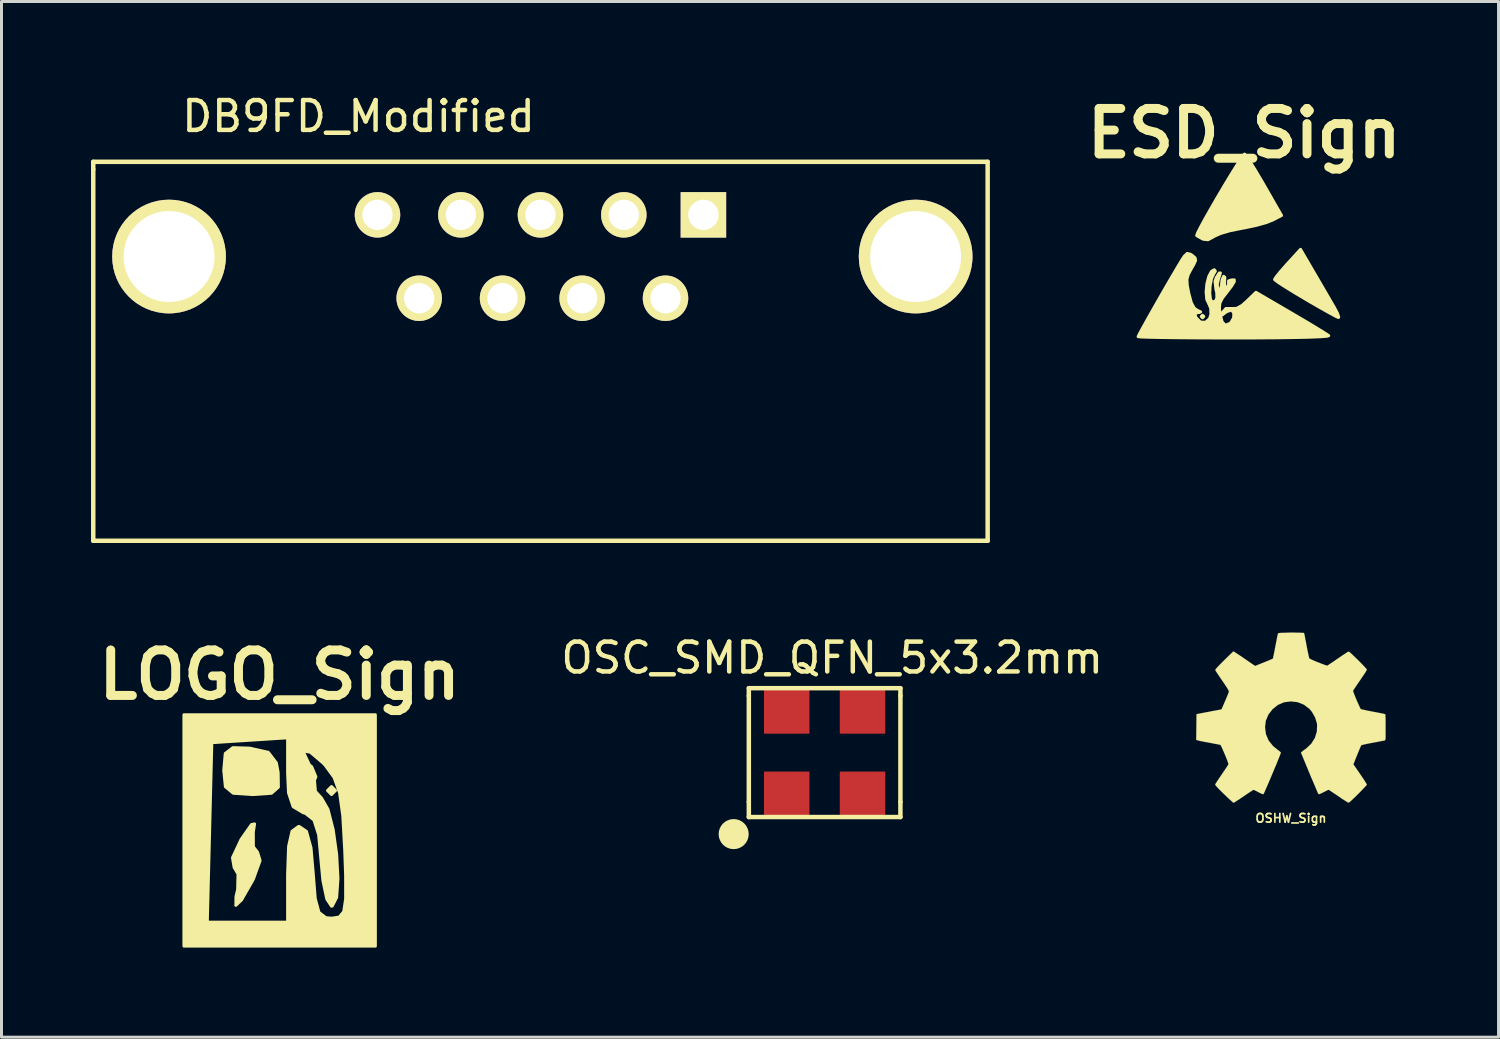
<source format=kicad_pcb>
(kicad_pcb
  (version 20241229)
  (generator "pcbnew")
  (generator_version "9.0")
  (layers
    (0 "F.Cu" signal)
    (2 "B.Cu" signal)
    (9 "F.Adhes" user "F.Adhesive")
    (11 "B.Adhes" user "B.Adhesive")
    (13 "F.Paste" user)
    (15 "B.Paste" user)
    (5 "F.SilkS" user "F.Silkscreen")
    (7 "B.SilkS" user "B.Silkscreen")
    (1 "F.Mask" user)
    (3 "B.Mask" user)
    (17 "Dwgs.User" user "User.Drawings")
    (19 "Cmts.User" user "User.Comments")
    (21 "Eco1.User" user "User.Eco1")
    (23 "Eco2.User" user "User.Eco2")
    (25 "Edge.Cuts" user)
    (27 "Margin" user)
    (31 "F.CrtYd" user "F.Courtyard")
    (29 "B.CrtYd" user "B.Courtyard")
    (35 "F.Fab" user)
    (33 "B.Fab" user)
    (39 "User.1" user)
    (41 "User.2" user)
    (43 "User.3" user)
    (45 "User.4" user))
  (footprint "LOGO_Sign"
    (layer "F.Cu")
    (at 6.321 24.645)
    (property "Reference" "LOGO_Sign" (at 0 -5.08 0) (layer "F.SilkS") (effects (font (size 1.524 1.524) (thickness 0.3))))
    (attr through_hole)
    (fp_poly (pts (xy 1.872 -1.203) (xy 1.738 -1.069) (xy 1.604 -1.203) (xy 1.738 -1.337) (xy 1.872 -1.203)) (stroke (width 0.1) (type solid)) (fill yes) (layer "F.SilkS"))
    (fp_poly (pts (xy -0.042 -1.315) (xy -0.274 -1.111) (xy -0.89 -1.069) (xy -0.918 -1.069) (xy -1.554 -1.112) (xy -1.818 -1.33) (xy -1.872 -1.864) (xy -1.872 -1.889) (xy -1.823 -2.445) (xy -1.567 -2.641) (xy -1.003 -2.624) (xy -0.379 -2.484) (xy -0.109 -2.13) (xy -0.049 -1.805) (xy -0.042 -1.315)) (stroke (width 0.1) (type solid)) (fill yes) (layer "F.SilkS"))
    (fp_poly (pts (xy -0.655 1.145) (xy -0.872 1.747) (xy -0.907 1.817) (xy -1.277 2.463) (xy -1.467 2.644) (xy -1.463 2.349) (xy -1.407 2.112) (xy -1.396 1.592) (xy -1.525 1.376) (xy -1.581 1.048) (xy -1.299 0.447) (xy -1.27 0.401) (xy -0.945 -0.063) (xy -0.84 -0.085) (xy -0.882 0.188) (xy -0.88 0.683) (xy -0.738 0.868) (xy -0.655 1.145)) (stroke (width 0.1) (type solid)) (fill yes) (layer "F.SilkS"))
    (fp_poly (pts (xy 3.208 4.011) (xy 2.212 4.011) (xy 2.212 2.424) (xy 2.211 1.638) (xy 2.181 0.802) (xy 2.116 -0.358) (xy 2.009 -1.125) (xy 1.824 -1.641) (xy 1.527 -2.048) (xy 1.446 -2.133) (xy 1.027 -2.488) (xy 0.81 -2.524) (xy 0.802 -2.483) (xy 1 -2.06) (xy 1.074 -2.003) (xy 1.214 -1.668) (xy 1.167 -1.545) (xy 1.2 -1.174) (xy 1.402 -0.953) (xy 1.62 -0.575) (xy 1.795 0.109) (xy 1.911 0.936) (xy 1.955 1.746) (xy 1.911 2.378) (xy 1.763 2.669) (xy 1.738 2.673) (xy 1.58 2.435) (xy 1.449 1.812) (xy 1.389 1.177) (xy 1.307 0.281) (xy 1.15 -0.213) (xy 0.87 -0.435) (xy 0.788 -0.461) (xy 0.451 -0.662) (xy 0.297 -1.127) (xy 0.267 -1.784) (xy 0.267 -2.97) (xy -1.003 -2.889) (xy -2.273 -2.807) (xy -2.348 0.201) (xy -2.424 3.208) (xy -1.078 3.208) (xy 0.267 3.208) (xy 0.267 1.604) (xy 0.3 0.664) (xy 0.414 0.161) (xy 0.632 0.001) (xy 0.655 0) (xy 0.9 0.165) (xy 1.051 0.714) (xy 1.123 1.537) (xy 1.193 2.414) (xy 1.318 2.88) (xy 1.547 3.056) (xy 1.738 3.075) (xy 1.996 3.037) (xy 2.147 2.855) (xy 2.212 2.424) (xy 2.212 4.011) (xy 0 4.011) (xy -3.208 4.011) (xy -3.208 0.134) (xy -3.208 -3.743) (xy 0 -3.743) (xy 3.208 -3.743) (xy 3.208 0.134) (xy 3.208 4.011)) (stroke (width 0.1) (type solid)) (fill yes) (layer "F.SilkS")))
  (footprint "DB9FD_Modified"
    (layer "F.Cu")
    (at 15.061 5.674)
    (property "Reference" "DB9FD_Modified" (at -6.096 -4.826 180) (layer "F.SilkS") (effects (font (size 1 1) (thickness 0.15))))
    (attr through_hole)
    (fp_line (start -14.986 -3.048) (end -14.986 -3.302) (stroke (width 0.15) (type solid)) (layer "F.SilkS"))
    (fp_line (start -14.986 9.398) (end -14.986 -3.048) (stroke (width 0.15) (type solid)) (layer "F.SilkS"))
    (fp_line (start -14.986 9.398) (end 14.986 9.398) (stroke (width 0.15) (type solid)) (layer "F.SilkS"))
    (fp_line (start 14.986 -3.302) (end -14.986 -3.302) (stroke (width 0.15) (type solid)) (layer "F.SilkS"))
    (fp_line (start 14.986 9.398) (end 14.986 -3.302) (stroke (width 0.15) (type solid)) (layer "F.SilkS"))
    (pad "0" thru_hole circle (at -12.446 -0.127) (size 3.81 3.81) (drill 3.048) (layers "*.Cu" "*.Mask" "F.SilkS"))
    (pad "0" thru_hole circle (at 12.573 -0.127) (size 3.81 3.81) (drill 3.048) (layers "*.Cu" "*.Mask" "F.SilkS"))
    (pad "1" thru_hole rect (at 5.461 -1.524) (size 1.524 1.524) (drill 1.016) (layers "*.Cu" "*.Mask" "F.SilkS"))
    (pad "2" thru_hole circle (at 2.794 -1.524) (size 1.524 1.524) (drill 1.016) (layers "*.Cu" "*.Mask" "F.SilkS"))
    (pad "3" thru_hole circle (at 0 -1.524) (size 1.524 1.524) (drill 1.016) (layers "*.Cu" "*.Mask" "F.SilkS"))
    (pad "4" thru_hole circle (at -2.667 -1.524) (size 1.524 1.524) (drill 1.016) (layers "*.Cu" "*.Mask" "F.SilkS"))
    (pad "5" thru_hole circle (at -5.461 -1.524) (size 1.524 1.524) (drill 1.016) (layers "*.Cu" "*.Mask" "F.SilkS"))
    (pad "6" thru_hole circle (at 4.191 1.27) (size 1.524 1.524) (drill 1.016) (layers "*.Cu" "*.Mask" "F.SilkS"))
    (pad "7" thru_hole circle (at 1.397 1.27) (size 1.524 1.524) (drill 1.016) (layers "*.Cu" "*.Mask" "F.SilkS"))
    (pad "8" thru_hole circle (at -1.27 1.27) (size 1.524 1.524) (drill 1.016) (layers "*.Cu" "*.Mask" "F.SilkS"))
    (pad "9" thru_hole circle (at -4.064 1.27) (size 1.524 1.524) (drill 1.016) (layers "*.Cu" "*.Mask" "F.SilkS")))
  (footprint "OSHW_Sign"
    (layer "F.Cu")
    (at 40.211 21.001)
    (property "Reference" "OSHW_Sign" (at 0 3.368 0) (layer "F.SilkS") (effects (font (size 0.29 0.29) (thickness 0.056))))
    (attr through_hole)
    (fp_poly (pts (xy -1.925 2.852) (xy -1.89 2.835) (xy -1.816 2.786) (xy -1.709 2.718) (xy -1.585 2.634) (xy -1.46 2.548) (xy -1.356 2.479) (xy -1.283 2.433) (xy -1.252 2.416) (xy -1.237 2.423) (xy -1.176 2.451) (xy -1.09 2.497) (xy -1.041 2.522) (xy -0.96 2.558) (xy -0.922 2.563) (xy -0.914 2.553) (xy -0.886 2.492) (xy -0.841 2.388) (xy -0.78 2.25) (xy -0.711 2.088) (xy -0.638 1.915) (xy -0.564 1.737) (xy -0.493 1.57) (xy -0.432 1.417) (xy -0.381 1.293) (xy -0.348 1.206) (xy -0.338 1.171) (xy -0.34 1.163) (xy -0.381 1.123) (xy -0.45 1.072) (xy -0.599 0.95) (xy -0.749 0.765) (xy -0.838 0.554) (xy -0.869 0.32) (xy -0.843 0.104) (xy -0.757 -0.104) (xy -0.612 -0.29) (xy -0.437 -0.429) (xy -0.231 -0.518) (xy 0 -0.546) (xy 0.221 -0.521) (xy 0.434 -0.437) (xy 0.62 -0.295) (xy 0.699 -0.203) (xy 0.808 -0.013) (xy 0.871 0.188) (xy 0.876 0.241) (xy 0.869 0.462) (xy 0.803 0.676) (xy 0.683 0.869) (xy 0.521 1.024) (xy 0.5 1.039) (xy 0.424 1.095) (xy 0.373 1.135) (xy 0.335 1.168) (xy 0.617 1.852) (xy 0.663 1.961) (xy 0.742 2.146) (xy 0.81 2.306) (xy 0.864 2.436) (xy 0.902 2.522) (xy 0.919 2.555) (xy 0.922 2.558) (xy 0.945 2.563) (xy 0.998 2.543) (xy 1.092 2.497) (xy 1.156 2.464) (xy 1.229 2.428) (xy 1.262 2.416) (xy 1.29 2.431) (xy 1.359 2.477) (xy 1.46 2.545) (xy 1.582 2.626) (xy 1.699 2.708) (xy 1.806 2.776) (xy 1.885 2.827) (xy 1.923 2.847) (xy 1.928 2.847) (xy 1.963 2.83) (xy 2.024 2.776) (xy 2.116 2.69) (xy 2.248 2.56) (xy 2.268 2.54) (xy 2.377 2.428) (xy 2.464 2.337) (xy 2.525 2.271) (xy 2.545 2.24) (xy 2.525 2.205) (xy 2.477 2.126) (xy 2.405 2.017) (xy 2.319 1.89) (xy 2.093 1.562) (xy 2.217 1.252) (xy 2.256 1.156) (xy 2.304 1.041) (xy 2.339 0.96) (xy 2.357 0.922) (xy 2.393 0.912) (xy 2.477 0.892) (xy 2.598 0.866) (xy 2.746 0.838) (xy 2.885 0.813) (xy 3.012 0.787) (xy 3.104 0.77) (xy 3.145 0.762) (xy 3.155 0.757) (xy 3.162 0.737) (xy 3.17 0.693) (xy 3.172 0.617) (xy 3.172 0.495) (xy 3.172 0.32) (xy 3.172 0.302) (xy 3.172 0.135) (xy 3.17 0.003) (xy 3.165 -0.084) (xy 3.16 -0.119) (xy 3.157 -0.119) (xy 3.119 -0.13) (xy 3.03 -0.147) (xy 2.903 -0.173) (xy 2.753 -0.201) (xy 2.743 -0.203) (xy 2.593 -0.231) (xy 2.466 -0.259) (xy 2.38 -0.279) (xy 2.342 -0.29) (xy 2.334 -0.3) (xy 2.304 -0.358) (xy 2.261 -0.452) (xy 2.21 -0.566) (xy 2.162 -0.683) (xy 2.118 -0.79) (xy 2.09 -0.869) (xy 2.083 -0.904) (xy 2.083 -0.907) (xy 2.106 -0.942) (xy 2.156 -1.019) (xy 2.23 -1.128) (xy 2.316 -1.255) (xy 2.324 -1.265) (xy 2.41 -1.392) (xy 2.482 -1.499) (xy 2.527 -1.575) (xy 2.545 -1.61) (xy 2.545 -1.613) (xy 2.517 -1.651) (xy 2.451 -1.722) (xy 2.36 -1.819) (xy 2.248 -1.93) (xy 2.212 -1.966) (xy 2.088 -2.085) (xy 2.004 -2.167) (xy 1.951 -2.207) (xy 1.925 -2.217) (xy 1.923 -2.215) (xy 1.885 -2.192) (xy 1.806 -2.141) (xy 1.697 -2.068) (xy 1.567 -1.979) (xy 1.557 -1.974) (xy 1.433 -1.887) (xy 1.326 -1.816) (xy 1.25 -1.765) (xy 1.217 -1.745) (xy 1.212 -1.745) (xy 1.161 -1.76) (xy 1.069 -1.793) (xy 0.96 -1.836) (xy 0.841 -1.882) (xy 0.734 -1.928) (xy 0.655 -1.966) (xy 0.617 -1.986) (xy 0.617 -1.989) (xy 0.602 -2.035) (xy 0.582 -2.129) (xy 0.554 -2.258) (xy 0.523 -2.416) (xy 0.521 -2.438) (xy 0.49 -2.591) (xy 0.467 -2.715) (xy 0.45 -2.802) (xy 0.439 -2.837) (xy 0.419 -2.842) (xy 0.345 -2.847) (xy 0.231 -2.85) (xy 0.097 -2.852) (xy -0.048 -2.852) (xy -0.188 -2.847) (xy -0.307 -2.845) (xy -0.394 -2.837) (xy -0.429 -2.832) (xy -0.429 -2.83) (xy -0.445 -2.781) (xy -0.465 -2.687) (xy -0.49 -2.555) (xy -0.521 -2.4) (xy -0.526 -2.372) (xy -0.554 -2.223) (xy -0.579 -2.098) (xy -0.599 -2.012) (xy -0.607 -1.979) (xy -0.622 -1.971) (xy -0.683 -1.946) (xy -0.785 -1.902) (xy -0.909 -1.852) (xy -1.201 -1.735) (xy -1.557 -1.979) (xy -1.59 -2.002) (xy -1.717 -2.088) (xy -1.824 -2.159) (xy -1.897 -2.205) (xy -1.928 -2.223) (xy -1.93 -2.223) (xy -1.966 -2.189) (xy -2.035 -2.123) (xy -2.131 -2.029) (xy -2.245 -1.918) (xy -2.327 -1.836) (xy -2.426 -1.735) (xy -2.487 -1.669) (xy -2.522 -1.626) (xy -2.535 -1.6) (xy -2.53 -1.582) (xy -2.507 -1.544) (xy -2.456 -1.468) (xy -2.383 -1.359) (xy -2.296 -1.232) (xy -2.225 -1.128) (xy -2.146 -1.008) (xy -2.095 -0.922) (xy -2.078 -0.881) (xy -2.083 -0.864) (xy -2.108 -0.792) (xy -2.151 -0.688) (xy -2.205 -0.561) (xy -2.327 -0.279) (xy -2.512 -0.244) (xy -2.624 -0.224) (xy -2.781 -0.193) (xy -2.931 -0.165) (xy -3.165 -0.119) (xy -3.175 0.742) (xy -3.137 0.757) (xy -3.104 0.765) (xy -3.018 0.785) (xy -2.893 0.81) (xy -2.746 0.836) (xy -2.621 0.861) (xy -2.497 0.884) (xy -2.405 0.902) (xy -2.367 0.909) (xy -2.357 0.922) (xy -2.324 0.983) (xy -2.281 1.079) (xy -2.23 1.196) (xy -2.179 1.318) (xy -2.136 1.427) (xy -2.106 1.514) (xy -2.093 1.557) (xy -2.111 1.59) (xy -2.159 1.664) (xy -2.228 1.768) (xy -2.314 1.892) (xy -2.398 2.017) (xy -2.469 2.123) (xy -2.52 2.202) (xy -2.54 2.235) (xy -2.53 2.261) (xy -2.482 2.319) (xy -2.388 2.418) (xy -2.248 2.555) (xy -2.225 2.578) (xy -2.113 2.685) (xy -2.019 2.771) (xy -1.953 2.83) (xy -1.925 2.852)) (stroke (width 0.003) (type solid)) (fill yes) (layer "F.SilkS")))
  (footprint "OSC_SMD_QFN_5x3.2mm"
    (layer "F.Cu")
    (at 24.584 22.171)
    (property "Reference" "OSC_SMD_QFN_5x3.2mm" (at 0.254 -3.175 0) (layer "F.SilkS") (effects (font (size 1 1) (thickness 0.15))))
    (attr through_hole)
    (fp_line (start -2.54 -1.905) (end -2.54 -2.159) (stroke (width 0.15) (type solid)) (layer "F.SilkS"))
    (fp_line (start -2.54 -1.905) (end -2.54 1.651) (stroke (width 0.15) (type solid)) (layer "F.SilkS"))
    (fp_line (start -2.54 2.159) (end -2.54 1.651) (stroke (width 0.15) (type solid)) (layer "F.SilkS"))
    (fp_line (start -2.54 2.159) (end 2.54 2.159) (stroke (width 0.15) (type solid)) (layer "F.SilkS"))
    (fp_line (start 2.54 -2.159) (end -2.54 -2.159) (stroke (width 0.15) (type solid)) (layer "F.SilkS"))
    (fp_line (start 2.54 -1.905) (end 2.54 -2.159) (stroke (width 0.15) (type solid)) (layer "F.SilkS"))
    (fp_line (start 2.54 1.651) (end 2.54 -1.905) (stroke (width 0.15) (type solid)) (layer "F.SilkS"))
    (fp_line (start 2.54 1.651) (end 2.54 2.159) (stroke (width 0.15) (type solid)) (layer "F.SilkS"))
    (fp_circle (center -3.048 2.731) (end -3.048 2.985) (stroke (width 0.5) (type solid)) (fill no) (layer "F.SilkS"))
    (pad "1" smd rect (at -1.27 1.397) (size 1.524 1.524) (layers "F.Cu" "F.Mask" "F.Paste"))
    (pad "2" smd rect (at 1.27 1.397) (size 1.524 1.524) (layers "F.Cu" "F.Mask" "F.Paste"))
    (pad "3" smd rect (at 1.27 -1.397) (size 1.524 1.524) (layers "F.Cu" "F.Mask" "F.Paste"))
    (pad "4" smd rect (at -1.27 -1.397) (size 1.524 1.524) (layers "F.Cu" "F.Mask" "F.Paste")))
  (footprint "ESD_Sign"
    (layer "F.Cu")
    (at 38.645 5.228)
    (property "Reference" "ESD_Sign" (at 0 -3.81 0) (layer "F.SilkS") (effects (font (size 1.524 1.524) (thickness 0.3))))
    (attr through_hole)
    (fp_poly (pts (xy -1.355 2.328) (xy -1.397 2.371) (xy -1.439 2.328) (xy -1.397 2.286) (xy -1.355 2.328)) (stroke (width 0.1) (type solid)) (fill yes) (layer "F.SilkS"))
    (fp_poly (pts (xy 3.167 2.341) (xy 3.157 2.363) (xy 3.064 2.32) (xy 2.853 2.206) (xy 2.552 2.037) (xy 2.19 1.829) (xy 2.055 1.749) (xy 1.684 1.528) (xy 1.371 1.335) (xy 1.144 1.187) (xy 1.027 1.099) (xy 1.017 1.086) (xy 1.07 1.001) (xy 1.21 0.827) (xy 1.41 0.599) (xy 1.452 0.553) (xy 1.887 0.077) (xy 2.346 0.864) (xy 2.562 1.234) (xy 2.77 1.591) (xy 2.941 1.885) (xy 3.015 2.011) (xy 3.122 2.214) (xy 3.167 2.341)) (stroke (width 0.1) (type solid)) (fill yes) (layer "F.SilkS"))
    (fp_poly (pts (xy 1.251 -1.058) (xy 0.952 -0.902) (xy 0.726 -0.815) (xy 0.396 -0.723) (xy 0.021 -0.644) (xy -0.075 -0.627) (xy -0.466 -0.549) (xy -0.792 -0.454) (xy -1.006 -0.359) (xy -1.021 -0.348) (xy -1.213 -0.243) (xy -1.372 -0.261) (xy -1.403 -0.276) (xy -1.544 -0.354) (xy -1.593 -0.385) (xy -1.567 -0.465) (xy -1.468 -0.661) (xy -1.313 -0.946) (xy -1.117 -1.292) (xy -0.898 -1.671) (xy -0.67 -2.056) (xy -0.451 -2.419) (xy -0.257 -2.731) (xy -0.104 -2.967) (xy -0.009 -3.097) (xy 0.013 -3.114) (xy 0.08 -3.035) (xy 0.212 -2.837) (xy 0.392 -2.545) (xy 0.603 -2.188) (xy 0.669 -2.074) (xy 1.251 -1.058)) (stroke (width 0.1) (type solid)) (fill yes) (layer "F.SilkS"))
    (fp_poly (pts (xy 2.832 2.971) (xy 2.771 2.99) (xy 2.552 3.007) (xy 2.187 3.022) (xy 1.689 3.033) (xy 1.069 3.042) (xy 0.339 3.047) (xy -0.322 3.048) (xy -1.043 3.047) (xy -1.708 3.044) (xy -2.299 3.039) (xy -2.798 3.032) (xy -3.185 3.024) (xy -3.443 3.015) (xy -3.553 3.005) (xy -3.556 3.003) (xy -3.516 2.918) (xy -3.406 2.715) (xy -3.244 2.423) (xy -3.045 2.072) (xy -2.827 1.689) (xy -2.605 1.303) (xy -2.395 0.944) (xy -2.215 0.639) (xy -2.081 0.417) (xy -2.014 0.315) (xy -1.91 0.213) (xy -1.794 0.245) (xy -1.741 0.282) (xy -1.646 0.363) (xy -1.629 0.449) (xy -1.694 0.594) (xy -1.771 0.726) (xy -1.876 0.922) (xy -1.92 1.086) (xy -1.908 1.285) (xy -1.857 1.55) (xy -1.772 1.867) (xy -1.672 2.05) (xy -1.574 2.119) (xy -1.461 2.173) (xy -1.503 2.194) (xy -1.548 2.196) (xy -1.649 2.224) (xy -1.63 2.329) (xy -1.606 2.376) (xy -1.462 2.517) (xy -1.295 2.521) (xy -1.161 2.401) (xy -1.115 2.255) (xy -1.124 2.047) (xy -1.179 1.92) (xy -1.255 1.757) (xy -1.277 1.513) (xy -1.253 1.24) (xy -1.19 0.99) (xy -1.097 0.814) (xy -1.003 0.762) (xy -0.967 0.81) (xy -1.021 0.895) (xy -1.096 1.059) (xy -1.142 1.298) (xy -1.155 1.55) (xy -1.132 1.75) (xy -1.086 1.829) (xy -0.977 1.833) (xy -0.917 1.716) (xy -0.921 1.524) (xy -0.946 1.433) (xy -0.979 1.152) (xy -0.935 1.022) (xy -0.836 0.87) (xy -0.798 0.868) (xy -0.84 1.009) (xy -0.858 1.049) (xy -0.906 1.275) (xy -0.859 1.409) (xy -0.796 1.494) (xy -0.77 1.444) (xy -0.765 1.296) (xy -0.742 1.095) (xy -0.692 0.983) (xy -0.69 0.981) (xy -0.649 1.016) (xy -0.657 1.146) (xy -0.655 1.309) (xy -0.599 1.355) (xy -0.525 1.29) (xy -0.525 1.233) (xy -0.524 1.135) (xy -0.427 1.103) (xy -0.333 1.101) (xy -0.333 1.159) (xy -0.423 1.309) (xy -0.554 1.481) (xy -0.731 1.71) (xy -0.816 1.881) (xy -0.831 2.06) (xy -0.809 2.243) (xy -0.738 2.513) (xy -0.631 2.62) (xy -0.485 2.564) (xy -0.44 2.523) (xy -0.355 2.372) (xy -0.348 2.215) (xy -0.417 2.122) (xy -0.449 2.117) (xy -0.601 2.172) (xy -0.665 2.223) (xy -0.737 2.277) (xy -0.721 2.195) (xy -0.713 2.173) (xy -0.614 2.06) (xy -0.433 2.061) (xy -0.256 2.057) (xy -0.071 1.955) (xy 0.091 1.811) (xy 0.394 1.518) (xy 1.573 2.206) (xy 1.978 2.444) (xy 2.333 2.656) (xy 2.611 2.826) (xy 2.787 2.938) (xy 2.832 2.971)) (stroke (width 0.1) (type solid)) (fill yes) (layer "F.SilkS")))
  (gr_rect
    (start -3 -3)
    (end 47.167 31.706)
    (stroke (width 0.1) (type default))
    (fill no)
    (layer "Edge.Cuts")))
</source>
